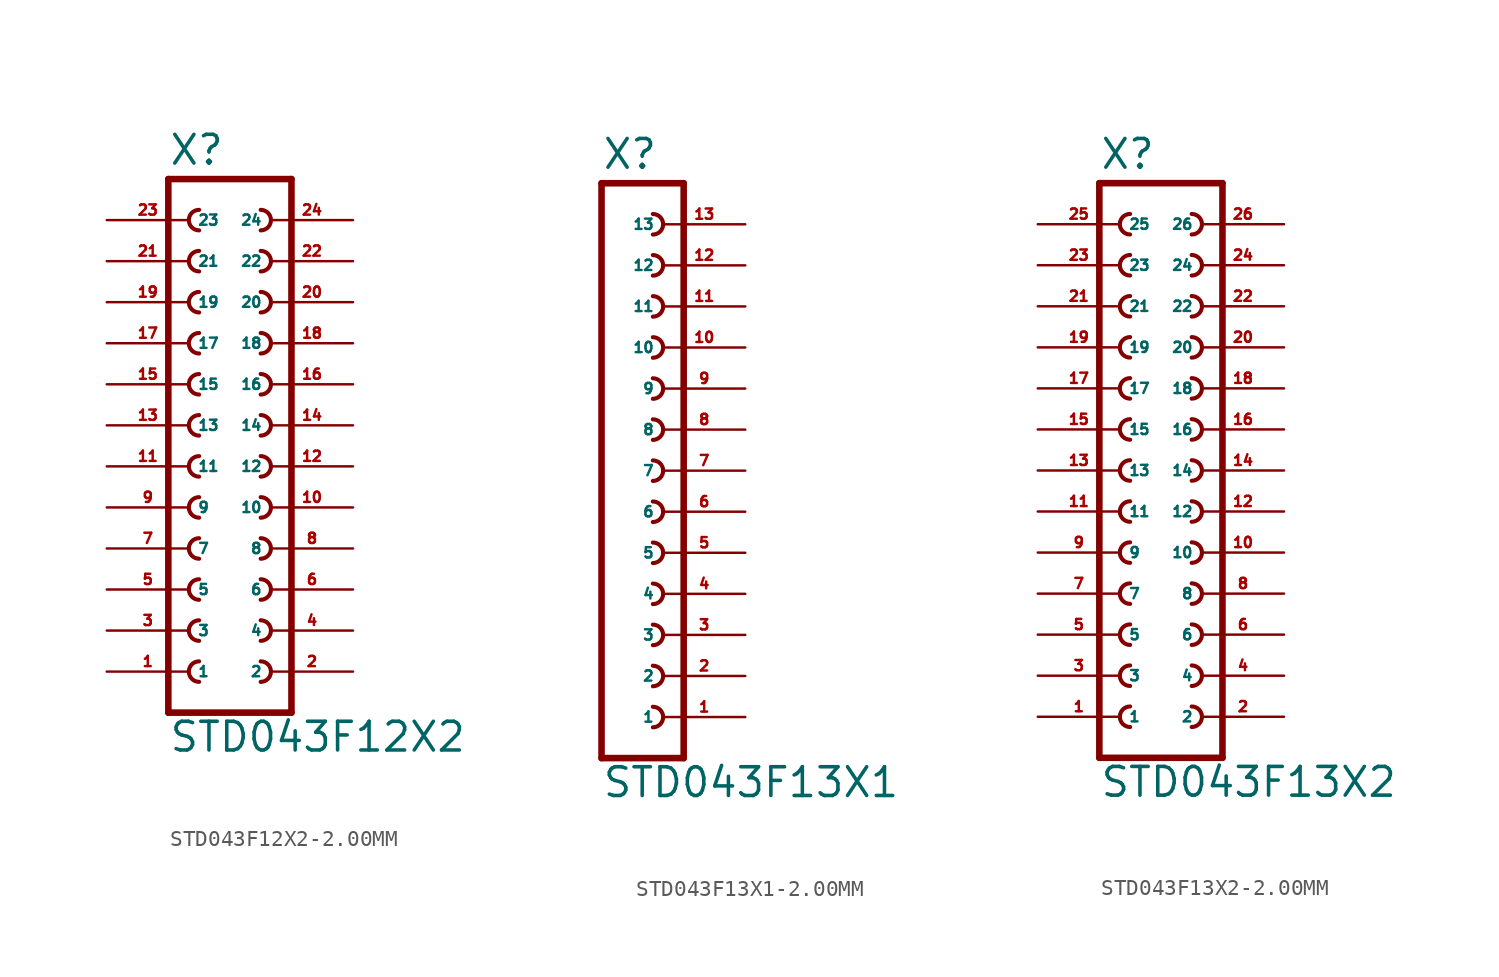
<source format=kicad_sym>
(kicad_symbol_lib
  (version 20220914)
  (generator Eagle2Kicad)
  (symbol "STD043F12X2-2.00MM"
    (property "Reference" "X"
      (at -3.81 16.002 0)
      (effects (font (size 1.778 1.778) (thickness 0.22)) (justify left bottom)))
    (property "Value" "STD043F12X2"
      (at -3.81 -20.32 0)
      (effects (font (size 1.778 1.778) (thickness 0.22)) (justify left bottom)))
    (polyline
      (pts (xy 3.81 -17.78) (xy -3.81 -17.78))
      (stroke (width 0.406) (type default))
      (fill (type none)))
    (arc
      (start -1.905 -9.525)
      (mid -2.540 -10.160)
      (end -1.905 -10.795)
      (stroke (width 0.254) (type default))
      (fill (type none)))
    (arc
      (start -1.905 -12.065)
      (mid -2.540 -12.700)
      (end -1.905 -13.335)
      (stroke (width 0.254) (type default))
      (fill (type none)))
    (arc
      (start -1.905 -14.605)
      (mid -2.540 -15.240)
      (end -1.905 -15.875)
      (stroke (width 0.254) (type default))
      (fill (type none)))
    (arc
      (start 1.905 -10.795)
      (mid 2.540 -10.160)
      (end 1.905 -9.525)
      (stroke (width 0.254) (type default))
      (fill (type none)))
    (arc
      (start 1.905 -13.335)
      (mid 2.540 -12.700)
      (end 1.905 -12.065)
      (stroke (width 0.254) (type default))
      (fill (type none)))
    (arc
      (start 1.905 -15.875)
      (mid 2.540 -15.240)
      (end 1.905 -14.605)
      (stroke (width 0.254) (type default))
      (fill (type none)))
    (arc
      (start -1.905 -4.445)
      (mid -2.540 -5.080)
      (end -1.905 -5.715)
      (stroke (width 0.254) (type default))
      (fill (type none)))
    (arc
      (start -1.905 -6.985)
      (mid -2.540 -7.620)
      (end -1.905 -8.255)
      (stroke (width 0.254) (type default))
      (fill (type none)))
    (arc
      (start 1.905 -5.715)
      (mid 2.540 -5.080)
      (end 1.905 -4.445)
      (stroke (width 0.254) (type default))
      (fill (type none)))
    (arc
      (start 1.905 -8.255)
      (mid 2.540 -7.620)
      (end 1.905 -6.985)
      (stroke (width 0.254) (type default))
      (fill (type none)))
    (arc
      (start -1.905 3.175)
      (mid -2.540 2.540)
      (end -1.905 1.905)
      (stroke (width 0.254) (type default))
      (fill (type none)))
    (arc
      (start -1.905 0.635)
      (mid -2.540 0.000)
      (end -1.905 -0.635)
      (stroke (width 0.254) (type default))
      (fill (type none)))
    (arc
      (start -1.905 -1.905)
      (mid -2.540 -2.540)
      (end -1.905 -3.175)
      (stroke (width 0.254) (type default))
      (fill (type none)))
    (arc
      (start 1.905 1.905)
      (mid 2.540 2.540)
      (end 1.905 3.175)
      (stroke (width 0.254) (type default))
      (fill (type none)))
    (arc
      (start 1.905 -0.635)
      (mid 2.540 0.000)
      (end 1.905 0.635)
      (stroke (width 0.254) (type default))
      (fill (type none)))
    (arc
      (start 1.905 -3.175)
      (mid 2.540 -2.540)
      (end 1.905 -1.905)
      (stroke (width 0.254) (type default))
      (fill (type none)))
    (arc
      (start -1.905 8.255)
      (mid -2.540 7.620)
      (end -1.905 6.985)
      (stroke (width 0.254) (type default))
      (fill (type none)))
    (arc
      (start -1.905 5.715)
      (mid -2.540 5.080)
      (end -1.905 4.445)
      (stroke (width 0.254) (type default))
      (fill (type none)))
    (arc
      (start 1.905 6.985)
      (mid 2.540 7.620)
      (end 1.905 8.255)
      (stroke (width 0.254) (type default))
      (fill (type none)))
    (arc
      (start 1.905 4.445)
      (mid 2.540 5.080)
      (end 1.905 5.715)
      (stroke (width 0.254) (type default))
      (fill (type none)))
    (arc
      (start -1.905 13.335)
      (mid -2.540 12.700)
      (end -1.905 12.065)
      (stroke (width 0.254) (type default))
      (fill (type none)))
    (arc
      (start -1.905 10.795)
      (mid -2.540 10.160)
      (end -1.905 9.525)
      (stroke (width 0.254) (type default))
      (fill (type none)))
    (arc
      (start 1.905 12.065)
      (mid 2.540 12.700)
      (end 1.905 13.335)
      (stroke (width 0.254) (type default))
      (fill (type none)))
    (arc
      (start 1.905 9.525)
      (mid 2.540 10.160)
      (end 1.905 10.795)
      (stroke (width 0.254) (type default))
      (fill (type none)))
    (polyline
      (pts (xy -3.81 15.24) (xy -3.81 -17.78))
      (stroke (width 0.406) (type default))
      (fill (type none)))
    (polyline
      (pts (xy 3.81 -17.78) (xy 3.81 15.24))
      (stroke (width 0.406) (type default))
      (fill (type none)))
    (polyline
      (pts (xy -3.81 15.24) (xy 3.81 15.24))
      (stroke (width 0.406) (type default))
      (fill (type none)))
    (pin passive line
      (at -7.62 -15.24 0)
      (length 5.08)
      (name "1" (effects (font (size 0.635 0.635) (thickness 0.08)) (justify left bottom)))
      (number "1" (effects (font (size 0.635 0.635) (thickness 0.08)) (justify left bottom))))
    (pin passive line
      (at -7.62 -12.7 0)
      (length 5.08)
      (name "3" (effects (font (size 0.635 0.635) (thickness 0.08)) (justify left bottom)))
      (number "3" (effects (font (size 0.635 0.635) (thickness 0.08)) (justify left bottom))))
    (pin passive line
      (at -7.62 -10.16 0)
      (length 5.08)
      (name "5" (effects (font (size 0.635 0.635) (thickness 0.08)) (justify left bottom)))
      (number "5" (effects (font (size 0.635 0.635) (thickness 0.08)) (justify left bottom))))
    (pin passive line
      (at 7.62 -15.24 180)
      (length 5.08)
      (name "2" (effects (font (size 0.635 0.635) (thickness 0.08)) (justify left bottom)))
      (number "2" (effects (font (size 0.635 0.635) (thickness 0.08)) (justify left bottom))))
    (pin passive line
      (at 7.62 -12.7 180)
      (length 5.08)
      (name "4" (effects (font (size 0.635 0.635) (thickness 0.08)) (justify left bottom)))
      (number "4" (effects (font (size 0.635 0.635) (thickness 0.08)) (justify left bottom))))
    (pin passive line
      (at 7.62 -10.16 180)
      (length 5.08)
      (name "6" (effects (font (size 0.635 0.635) (thickness 0.08)) (justify left bottom)))
      (number "6" (effects (font (size 0.635 0.635) (thickness 0.08)) (justify left bottom))))
    (pin passive line
      (at -7.62 -7.62 0)
      (length 5.08)
      (name "7" (effects (font (size 0.635 0.635) (thickness 0.08)) (justify left bottom)))
      (number "7" (effects (font (size 0.635 0.635) (thickness 0.08)) (justify left bottom))))
    (pin passive line
      (at -7.62 -5.08 0)
      (length 5.08)
      (name "9" (effects (font (size 0.635 0.635) (thickness 0.08)) (justify left bottom)))
      (number "9" (effects (font (size 0.635 0.635) (thickness 0.08)) (justify left bottom))))
    (pin passive line
      (at 7.62 -7.62 180)
      (length 5.08)
      (name "8" (effects (font (size 0.635 0.635) (thickness 0.08)) (justify left bottom)))
      (number "8" (effects (font (size 0.635 0.635) (thickness 0.08)) (justify left bottom))))
    (pin passive line
      (at 7.62 -5.08 180)
      (length 5.08)
      (name "10" (effects (font (size 0.635 0.635) (thickness 0.08)) (justify left bottom)))
      (number "10" (effects (font (size 0.635 0.635) (thickness 0.08)) (justify left bottom))))
    (pin passive line
      (at -7.62 -2.54 0)
      (length 5.08)
      (name "11" (effects (font (size 0.635 0.635) (thickness 0.08)) (justify left bottom)))
      (number "11" (effects (font (size 0.635 0.635) (thickness 0.08)) (justify left bottom))))
    (pin passive line
      (at -7.62 0 0)
      (length 5.08)
      (name "13" (effects (font (size 0.635 0.635) (thickness 0.08)) (justify left bottom)))
      (number "13" (effects (font (size 0.635 0.635) (thickness 0.08)) (justify left bottom))))
    (pin passive line
      (at -7.62 2.54 0)
      (length 5.08)
      (name "15" (effects (font (size 0.635 0.635) (thickness 0.08)) (justify left bottom)))
      (number "15" (effects (font (size 0.635 0.635) (thickness 0.08)) (justify left bottom))))
    (pin passive line
      (at 7.62 -2.54 180)
      (length 5.08)
      (name "12" (effects (font (size 0.635 0.635) (thickness 0.08)) (justify left bottom)))
      (number "12" (effects (font (size 0.635 0.635) (thickness 0.08)) (justify left bottom))))
    (pin passive line
      (at 7.62 0 180)
      (length 5.08)
      (name "14" (effects (font (size 0.635 0.635) (thickness 0.08)) (justify left bottom)))
      (number "14" (effects (font (size 0.635 0.635) (thickness 0.08)) (justify left bottom))))
    (pin passive line
      (at 7.62 2.54 180)
      (length 5.08)
      (name "16" (effects (font (size 0.635 0.635) (thickness 0.08)) (justify left bottom)))
      (number "16" (effects (font (size 0.635 0.635) (thickness 0.08)) (justify left bottom))))
    (pin passive line
      (at -7.62 5.08 0)
      (length 5.08)
      (name "17" (effects (font (size 0.635 0.635) (thickness 0.08)) (justify left bottom)))
      (number "17" (effects (font (size 0.635 0.635) (thickness 0.08)) (justify left bottom))))
    (pin passive line
      (at -7.62 7.62 0)
      (length 5.08)
      (name "19" (effects (font (size 0.635 0.635) (thickness 0.08)) (justify left bottom)))
      (number "19" (effects (font (size 0.635 0.635) (thickness 0.08)) (justify left bottom))))
    (pin passive line
      (at 7.62 5.08 180)
      (length 5.08)
      (name "18" (effects (font (size 0.635 0.635) (thickness 0.08)) (justify left bottom)))
      (number "18" (effects (font (size 0.635 0.635) (thickness 0.08)) (justify left bottom))))
    (pin passive line
      (at 7.62 7.62 180)
      (length 5.08)
      (name "20" (effects (font (size 0.635 0.635) (thickness 0.08)) (justify left bottom)))
      (number "20" (effects (font (size 0.635 0.635) (thickness 0.08)) (justify left bottom))))
    (pin passive line
      (at -7.62 10.16 0)
      (length 5.08)
      (name "21" (effects (font (size 0.635 0.635) (thickness 0.08)) (justify left bottom)))
      (number "21" (effects (font (size 0.635 0.635) (thickness 0.08)) (justify left bottom))))
    (pin passive line
      (at -7.62 12.7 0)
      (length 5.08)
      (name "23" (effects (font (size 0.635 0.635) (thickness 0.08)) (justify left bottom)))
      (number "23" (effects (font (size 0.635 0.635) (thickness 0.08)) (justify left bottom))))
    (pin passive line
      (at 7.62 10.16 180)
      (length 5.08)
      (name "22" (effects (font (size 0.635 0.635) (thickness 0.08)) (justify left bottom)))
      (number "22" (effects (font (size 0.635 0.635) (thickness 0.08)) (justify left bottom))))
    (pin passive line
      (at 7.62 12.7 180)
      (length 5.08)
      (name "24" (effects (font (size 0.635 0.635) (thickness 0.08)) (justify left bottom)))
      (number "24" (effects (font (size 0.635 0.635) (thickness 0.08)) (justify left bottom)))))
  (symbol "STD043F13X1-2.00MM"
    (property "Reference" "X"
      (at -1.27 18.542 0)
      (effects (font (size 1.778 1.778) (thickness 0.22)) (justify left bottom)))
    (property "Value" "STD043F13X1"
      (at -1.27 -20.32 0)
      (effects (font (size 1.778 1.778) (thickness 0.22)) (justify left bottom)))
    (polyline
      (pts (xy 3.81 -17.78) (xy -1.27 -17.78))
      (stroke (width 0.406) (type default))
      (fill (type none)))
    (arc
      (start 1.905 -10.795)
      (mid 2.540 -10.160)
      (end 1.905 -9.525)
      (stroke (width 0.254) (type default))
      (fill (type none)))
    (arc
      (start 1.905 -13.335)
      (mid 2.540 -12.700)
      (end 1.905 -12.065)
      (stroke (width 0.254) (type default))
      (fill (type none)))
    (arc
      (start 1.905 -15.875)
      (mid 2.540 -15.240)
      (end 1.905 -14.605)
      (stroke (width 0.254) (type default))
      (fill (type none)))
    (arc
      (start 1.905 -5.715)
      (mid 2.540 -5.080)
      (end 1.905 -4.445)
      (stroke (width 0.254) (type default))
      (fill (type none)))
    (arc
      (start 1.905 -8.255)
      (mid 2.540 -7.620)
      (end 1.905 -6.985)
      (stroke (width 0.254) (type default))
      (fill (type none)))
    (arc
      (start 1.905 1.905)
      (mid 2.540 2.540)
      (end 1.905 3.175)
      (stroke (width 0.254) (type default))
      (fill (type none)))
    (arc
      (start 1.905 -0.635)
      (mid 2.540 0.000)
      (end 1.905 0.635)
      (stroke (width 0.254) (type default))
      (fill (type none)))
    (arc
      (start 1.905 -3.175)
      (mid 2.540 -2.540)
      (end 1.905 -1.905)
      (stroke (width 0.254) (type default))
      (fill (type none)))
    (arc
      (start 1.905 6.985)
      (mid 2.540 7.620)
      (end 1.905 8.255)
      (stroke (width 0.254) (type default))
      (fill (type none)))
    (arc
      (start 1.905 4.445)
      (mid 2.540 5.080)
      (end 1.905 5.715)
      (stroke (width 0.254) (type default))
      (fill (type none)))
    (arc
      (start 1.905 14.605)
      (mid 2.540 15.240)
      (end 1.905 15.875)
      (stroke (width 0.254) (type default))
      (fill (type none)))
    (arc
      (start 1.905 12.065)
      (mid 2.540 12.700)
      (end 1.905 13.335)
      (stroke (width 0.254) (type default))
      (fill (type none)))
    (arc
      (start 1.905 9.525)
      (mid 2.540 10.160)
      (end 1.905 10.795)
      (stroke (width 0.254) (type default))
      (fill (type none)))
    (polyline
      (pts (xy -1.27 17.78) (xy -1.27 -17.78))
      (stroke (width 0.406) (type default))
      (fill (type none)))
    (polyline
      (pts (xy 3.81 -17.78) (xy 3.81 17.78))
      (stroke (width 0.406) (type default))
      (fill (type none)))
    (polyline
      (pts (xy -1.27 17.78) (xy 3.81 17.78))
      (stroke (width 0.406) (type default))
      (fill (type none)))
    (pin passive line
      (at 7.62 -15.24 180)
      (length 5.08)
      (name "1" (effects (font (size 0.635 0.635) (thickness 0.08)) (justify left bottom)))
      (number "1" (effects (font (size 0.635 0.635) (thickness 0.08)) (justify left bottom))))
    (pin passive line
      (at 7.62 -12.7 180)
      (length 5.08)
      (name "2" (effects (font (size 0.635 0.635) (thickness 0.08)) (justify left bottom)))
      (number "2" (effects (font (size 0.635 0.635) (thickness 0.08)) (justify left bottom))))
    (pin passive line
      (at 7.62 -10.16 180)
      (length 5.08)
      (name "3" (effects (font (size 0.635 0.635) (thickness 0.08)) (justify left bottom)))
      (number "3" (effects (font (size 0.635 0.635) (thickness 0.08)) (justify left bottom))))
    (pin passive line
      (at 7.62 -7.62 180)
      (length 5.08)
      (name "4" (effects (font (size 0.635 0.635) (thickness 0.08)) (justify left bottom)))
      (number "4" (effects (font (size 0.635 0.635) (thickness 0.08)) (justify left bottom))))
    (pin passive line
      (at 7.62 -5.08 180)
      (length 5.08)
      (name "5" (effects (font (size 0.635 0.635) (thickness 0.08)) (justify left bottom)))
      (number "5" (effects (font (size 0.635 0.635) (thickness 0.08)) (justify left bottom))))
    (pin passive line
      (at 7.62 -2.54 180)
      (length 5.08)
      (name "6" (effects (font (size 0.635 0.635) (thickness 0.08)) (justify left bottom)))
      (number "6" (effects (font (size 0.635 0.635) (thickness 0.08)) (justify left bottom))))
    (pin passive line
      (at 7.62 0 180)
      (length 5.08)
      (name "7" (effects (font (size 0.635 0.635) (thickness 0.08)) (justify left bottom)))
      (number "7" (effects (font (size 0.635 0.635) (thickness 0.08)) (justify left bottom))))
    (pin passive line
      (at 7.62 2.54 180)
      (length 5.08)
      (name "8" (effects (font (size 0.635 0.635) (thickness 0.08)) (justify left bottom)))
      (number "8" (effects (font (size 0.635 0.635) (thickness 0.08)) (justify left bottom))))
    (pin passive line
      (at 7.62 5.08 180)
      (length 5.08)
      (name "9" (effects (font (size 0.635 0.635) (thickness 0.08)) (justify left bottom)))
      (number "9" (effects (font (size 0.635 0.635) (thickness 0.08)) (justify left bottom))))
    (pin passive line
      (at 7.62 7.62 180)
      (length 5.08)
      (name "10" (effects (font (size 0.635 0.635) (thickness 0.08)) (justify left bottom)))
      (number "10" (effects (font (size 0.635 0.635) (thickness 0.08)) (justify left bottom))))
    (pin passive line
      (at 7.62 10.16 180)
      (length 5.08)
      (name "11" (effects (font (size 0.635 0.635) (thickness 0.08)) (justify left bottom)))
      (number "11" (effects (font (size 0.635 0.635) (thickness 0.08)) (justify left bottom))))
    (pin passive line
      (at 7.62 12.7 180)
      (length 5.08)
      (name "12" (effects (font (size 0.635 0.635) (thickness 0.08)) (justify left bottom)))
      (number "12" (effects (font (size 0.635 0.635) (thickness 0.08)) (justify left bottom))))
    (pin passive line
      (at 7.62 15.24 180)
      (length 5.08)
      (name "13" (effects (font (size 0.635 0.635) (thickness 0.08)) (justify left bottom)))
      (number "13" (effects (font (size 0.635 0.635) (thickness 0.08)) (justify left bottom)))))
  (symbol "STD043F13X2-2.00MM"
    (property "Reference" "X"
      (at -3.81 18.542 0)
      (effects (font (size 1.778 1.778) (thickness 0.22)) (justify left bottom)))
    (property "Value" "STD043F13X2"
      (at -3.81 -20.32 0)
      (effects (font (size 1.778 1.778) (thickness 0.22)) (justify left bottom)))
    (polyline
      (pts (xy 3.81 -17.78) (xy -3.81 -17.78))
      (stroke (width 0.406) (type default))
      (fill (type none)))
    (arc
      (start -1.905 -9.525)
      (mid -2.540 -10.160)
      (end -1.905 -10.795)
      (stroke (width 0.254) (type default))
      (fill (type none)))
    (arc
      (start -1.905 -12.065)
      (mid -2.540 -12.700)
      (end -1.905 -13.335)
      (stroke (width 0.254) (type default))
      (fill (type none)))
    (arc
      (start -1.905 -14.605)
      (mid -2.540 -15.240)
      (end -1.905 -15.875)
      (stroke (width 0.254) (type default))
      (fill (type none)))
    (arc
      (start 1.905 -10.795)
      (mid 2.540 -10.160)
      (end 1.905 -9.525)
      (stroke (width 0.254) (type default))
      (fill (type none)))
    (arc
      (start 1.905 -13.335)
      (mid 2.540 -12.700)
      (end 1.905 -12.065)
      (stroke (width 0.254) (type default))
      (fill (type none)))
    (arc
      (start 1.905 -15.875)
      (mid 2.540 -15.240)
      (end 1.905 -14.605)
      (stroke (width 0.254) (type default))
      (fill (type none)))
    (arc
      (start -1.905 -4.445)
      (mid -2.540 -5.080)
      (end -1.905 -5.715)
      (stroke (width 0.254) (type default))
      (fill (type none)))
    (arc
      (start -1.905 -6.985)
      (mid -2.540 -7.620)
      (end -1.905 -8.255)
      (stroke (width 0.254) (type default))
      (fill (type none)))
    (arc
      (start 1.905 -5.715)
      (mid 2.540 -5.080)
      (end 1.905 -4.445)
      (stroke (width 0.254) (type default))
      (fill (type none)))
    (arc
      (start 1.905 -8.255)
      (mid 2.540 -7.620)
      (end 1.905 -6.985)
      (stroke (width 0.254) (type default))
      (fill (type none)))
    (arc
      (start -1.905 3.175)
      (mid -2.540 2.540)
      (end -1.905 1.905)
      (stroke (width 0.254) (type default))
      (fill (type none)))
    (arc
      (start -1.905 0.635)
      (mid -2.540 0.000)
      (end -1.905 -0.635)
      (stroke (width 0.254) (type default))
      (fill (type none)))
    (arc
      (start -1.905 -1.905)
      (mid -2.540 -2.540)
      (end -1.905 -3.175)
      (stroke (width 0.254) (type default))
      (fill (type none)))
    (arc
      (start 1.905 1.905)
      (mid 2.540 2.540)
      (end 1.905 3.175)
      (stroke (width 0.254) (type default))
      (fill (type none)))
    (arc
      (start 1.905 -0.635)
      (mid 2.540 0.000)
      (end 1.905 0.635)
      (stroke (width 0.254) (type default))
      (fill (type none)))
    (arc
      (start 1.905 -3.175)
      (mid 2.540 -2.540)
      (end 1.905 -1.905)
      (stroke (width 0.254) (type default))
      (fill (type none)))
    (arc
      (start -1.905 8.255)
      (mid -2.540 7.620)
      (end -1.905 6.985)
      (stroke (width 0.254) (type default))
      (fill (type none)))
    (arc
      (start -1.905 5.715)
      (mid -2.540 5.080)
      (end -1.905 4.445)
      (stroke (width 0.254) (type default))
      (fill (type none)))
    (arc
      (start 1.905 6.985)
      (mid 2.540 7.620)
      (end 1.905 8.255)
      (stroke (width 0.254) (type default))
      (fill (type none)))
    (arc
      (start 1.905 4.445)
      (mid 2.540 5.080)
      (end 1.905 5.715)
      (stroke (width 0.254) (type default))
      (fill (type none)))
    (arc
      (start -1.905 15.875)
      (mid -2.540 15.240)
      (end -1.905 14.605)
      (stroke (width 0.254) (type default))
      (fill (type none)))
    (arc
      (start -1.905 13.335)
      (mid -2.540 12.700)
      (end -1.905 12.065)
      (stroke (width 0.254) (type default))
      (fill (type none)))
    (arc
      (start -1.905 10.795)
      (mid -2.540 10.160)
      (end -1.905 9.525)
      (stroke (width 0.254) (type default))
      (fill (type none)))
    (arc
      (start 1.905 14.605)
      (mid 2.540 15.240)
      (end 1.905 15.875)
      (stroke (width 0.254) (type default))
      (fill (type none)))
    (arc
      (start 1.905 12.065)
      (mid 2.540 12.700)
      (end 1.905 13.335)
      (stroke (width 0.254) (type default))
      (fill (type none)))
    (arc
      (start 1.905 9.525)
      (mid 2.540 10.160)
      (end 1.905 10.795)
      (stroke (width 0.254) (type default))
      (fill (type none)))
    (polyline
      (pts (xy -3.81 17.78) (xy -3.81 -17.78))
      (stroke (width 0.406) (type default))
      (fill (type none)))
    (polyline
      (pts (xy 3.81 -17.78) (xy 3.81 17.78))
      (stroke (width 0.406) (type default))
      (fill (type none)))
    (polyline
      (pts (xy -3.81 17.78) (xy 3.81 17.78))
      (stroke (width 0.406) (type default))
      (fill (type none)))
    (pin passive line
      (at -7.62 -15.24 0)
      (length 5.08)
      (name "1" (effects (font (size 0.635 0.635) (thickness 0.08)) (justify left bottom)))
      (number "1" (effects (font (size 0.635 0.635) (thickness 0.08)) (justify left bottom))))
    (pin passive line
      (at -7.62 -12.7 0)
      (length 5.08)
      (name "3" (effects (font (size 0.635 0.635) (thickness 0.08)) (justify left bottom)))
      (number "3" (effects (font (size 0.635 0.635) (thickness 0.08)) (justify left bottom))))
    (pin passive line
      (at -7.62 -10.16 0)
      (length 5.08)
      (name "5" (effects (font (size 0.635 0.635) (thickness 0.08)) (justify left bottom)))
      (number "5" (effects (font (size 0.635 0.635) (thickness 0.08)) (justify left bottom))))
    (pin passive line
      (at 7.62 -15.24 180)
      (length 5.08)
      (name "2" (effects (font (size 0.635 0.635) (thickness 0.08)) (justify left bottom)))
      (number "2" (effects (font (size 0.635 0.635) (thickness 0.08)) (justify left bottom))))
    (pin passive line
      (at 7.62 -12.7 180)
      (length 5.08)
      (name "4" (effects (font (size 0.635 0.635) (thickness 0.08)) (justify left bottom)))
      (number "4" (effects (font (size 0.635 0.635) (thickness 0.08)) (justify left bottom))))
    (pin passive line
      (at 7.62 -10.16 180)
      (length 5.08)
      (name "6" (effects (font (size 0.635 0.635) (thickness 0.08)) (justify left bottom)))
      (number "6" (effects (font (size 0.635 0.635) (thickness 0.08)) (justify left bottom))))
    (pin passive line
      (at -7.62 -7.62 0)
      (length 5.08)
      (name "7" (effects (font (size 0.635 0.635) (thickness 0.08)) (justify left bottom)))
      (number "7" (effects (font (size 0.635 0.635) (thickness 0.08)) (justify left bottom))))
    (pin passive line
      (at -7.62 -5.08 0)
      (length 5.08)
      (name "9" (effects (font (size 0.635 0.635) (thickness 0.08)) (justify left bottom)))
      (number "9" (effects (font (size 0.635 0.635) (thickness 0.08)) (justify left bottom))))
    (pin passive line
      (at 7.62 -7.62 180)
      (length 5.08)
      (name "8" (effects (font (size 0.635 0.635) (thickness 0.08)) (justify left bottom)))
      (number "8" (effects (font (size 0.635 0.635) (thickness 0.08)) (justify left bottom))))
    (pin passive line
      (at 7.62 -5.08 180)
      (length 5.08)
      (name "10" (effects (font (size 0.635 0.635) (thickness 0.08)) (justify left bottom)))
      (number "10" (effects (font (size 0.635 0.635) (thickness 0.08)) (justify left bottom))))
    (pin passive line
      (at -7.62 -2.54 0)
      (length 5.08)
      (name "11" (effects (font (size 0.635 0.635) (thickness 0.08)) (justify left bottom)))
      (number "11" (effects (font (size 0.635 0.635) (thickness 0.08)) (justify left bottom))))
    (pin passive line
      (at -7.62 0 0)
      (length 5.08)
      (name "13" (effects (font (size 0.635 0.635) (thickness 0.08)) (justify left bottom)))
      (number "13" (effects (font (size 0.635 0.635) (thickness 0.08)) (justify left bottom))))
    (pin passive line
      (at -7.62 2.54 0)
      (length 5.08)
      (name "15" (effects (font (size 0.635 0.635) (thickness 0.08)) (justify left bottom)))
      (number "15" (effects (font (size 0.635 0.635) (thickness 0.08)) (justify left bottom))))
    (pin passive line
      (at 7.62 -2.54 180)
      (length 5.08)
      (name "12" (effects (font (size 0.635 0.635) (thickness 0.08)) (justify left bottom)))
      (number "12" (effects (font (size 0.635 0.635) (thickness 0.08)) (justify left bottom))))
    (pin passive line
      (at 7.62 0 180)
      (length 5.08)
      (name "14" (effects (font (size 0.635 0.635) (thickness 0.08)) (justify left bottom)))
      (number "14" (effects (font (size 0.635 0.635) (thickness 0.08)) (justify left bottom))))
    (pin passive line
      (at 7.62 2.54 180)
      (length 5.08)
      (name "16" (effects (font (size 0.635 0.635) (thickness 0.08)) (justify left bottom)))
      (number "16" (effects (font (size 0.635 0.635) (thickness 0.08)) (justify left bottom))))
    (pin passive line
      (at -7.62 5.08 0)
      (length 5.08)
      (name "17" (effects (font (size 0.635 0.635) (thickness 0.08)) (justify left bottom)))
      (number "17" (effects (font (size 0.635 0.635) (thickness 0.08)) (justify left bottom))))
    (pin passive line
      (at -7.62 7.62 0)
      (length 5.08)
      (name "19" (effects (font (size 0.635 0.635) (thickness 0.08)) (justify left bottom)))
      (number "19" (effects (font (size 0.635 0.635) (thickness 0.08)) (justify left bottom))))
    (pin passive line
      (at 7.62 5.08 180)
      (length 5.08)
      (name "18" (effects (font (size 0.635 0.635) (thickness 0.08)) (justify left bottom)))
      (number "18" (effects (font (size 0.635 0.635) (thickness 0.08)) (justify left bottom))))
    (pin passive line
      (at 7.62 7.62 180)
      (length 5.08)
      (name "20" (effects (font (size 0.635 0.635) (thickness 0.08)) (justify left bottom)))
      (number "20" (effects (font (size 0.635 0.635) (thickness 0.08)) (justify left bottom))))
    (pin passive line
      (at -7.62 10.16 0)
      (length 5.08)
      (name "21" (effects (font (size 0.635 0.635) (thickness 0.08)) (justify left bottom)))
      (number "21" (effects (font (size 0.635 0.635) (thickness 0.08)) (justify left bottom))))
    (pin passive line
      (at -7.62 12.7 0)
      (length 5.08)
      (name "23" (effects (font (size 0.635 0.635) (thickness 0.08)) (justify left bottom)))
      (number "23" (effects (font (size 0.635 0.635) (thickness 0.08)) (justify left bottom))))
    (pin passive line
      (at -7.62 15.24 0)
      (length 5.08)
      (name "25" (effects (font (size 0.635 0.635) (thickness 0.08)) (justify left bottom)))
      (number "25" (effects (font (size 0.635 0.635) (thickness 0.08)) (justify left bottom))))
    (pin passive line
      (at 7.62 10.16 180)
      (length 5.08)
      (name "22" (effects (font (size 0.635 0.635) (thickness 0.08)) (justify left bottom)))
      (number "22" (effects (font (size 0.635 0.635) (thickness 0.08)) (justify left bottom))))
    (pin passive line
      (at 7.62 12.7 180)
      (length 5.08)
      (name "24" (effects (font (size 0.635 0.635) (thickness 0.08)) (justify left bottom)))
      (number "24" (effects (font (size 0.635 0.635) (thickness 0.08)) (justify left bottom))))
    (pin passive line
      (at 7.62 15.24 180)
      (length 5.08)
      (name "26" (effects (font (size 0.635 0.635) (thickness 0.08)) (justify left bottom)))
      (number "26" (effects (font (size 0.635 0.635) (thickness 0.08)) (justify left bottom))))))
</source>
